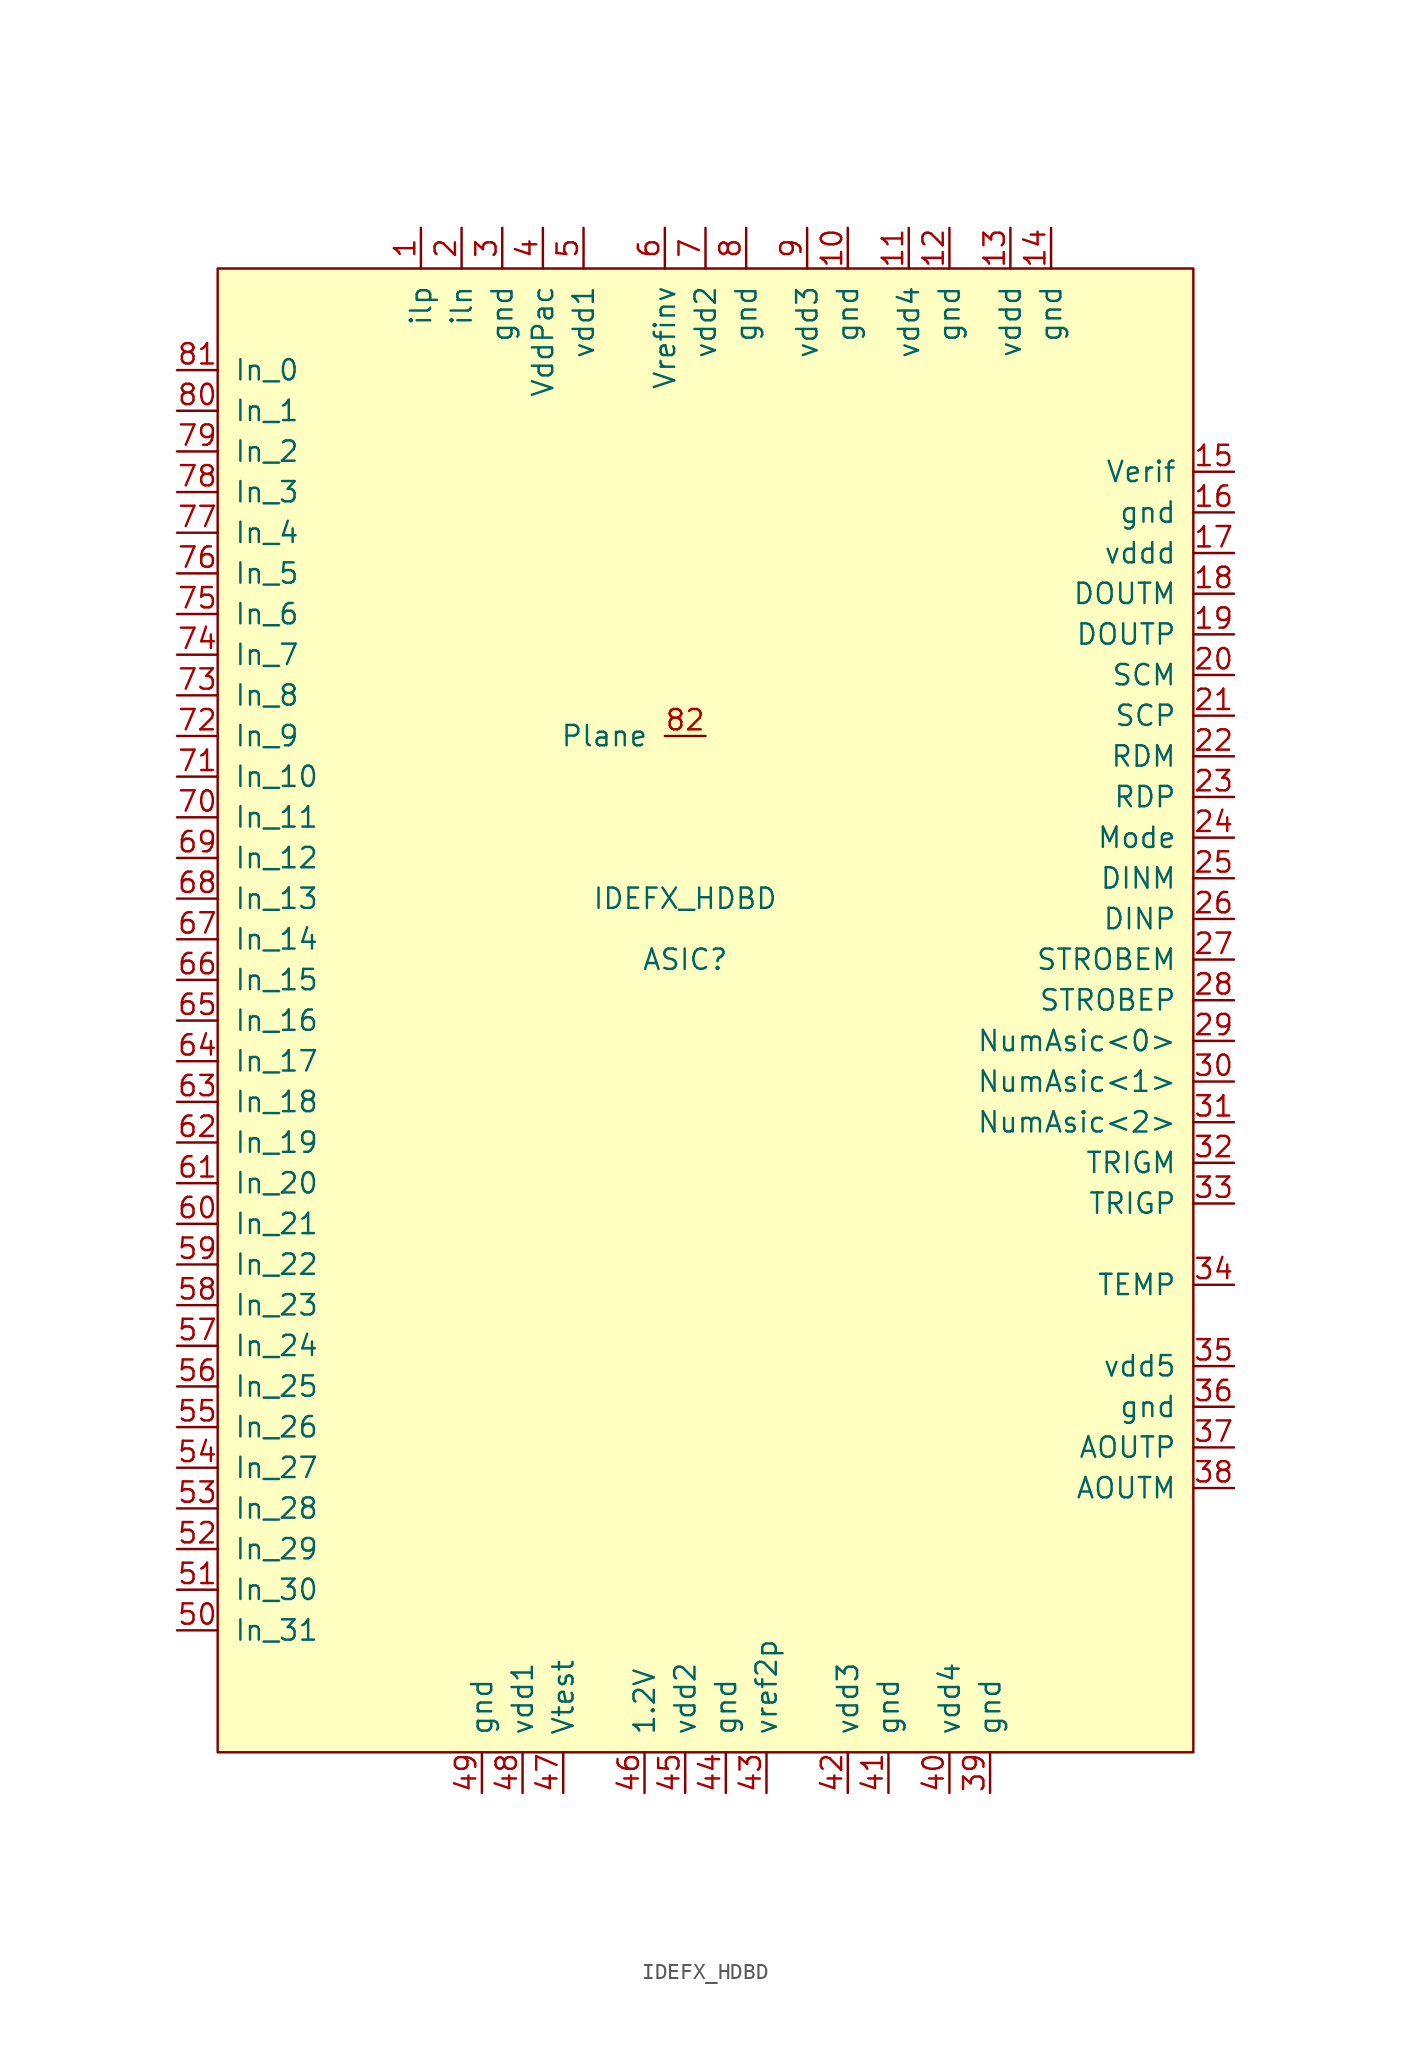
<source format=kicad_sym>
(kicad_symbol_lib
  (version 20211014)
  (generator kicad_symbol_editor)
  (symbol "IDEFX_HDBD"
    (pin_names
      (offset 1.016))
    (property "Reference" "ASIC"
      (at 0 59.69 0)
      (effects (font (size 1.27 1.27))))
    (property "Value" "IDEFX_HDBD"
      (at 0 63.5 0)
      (effects (font (size 1.27 1.27))))
    (symbol "IDEFX_HDBD_0_1"
      (rectangle (start -29.21 102.87) (end 31.75 10.16) (stroke (width 0) (type default) (color 0 0 0 0)) (fill (type background))))
    (symbol "IDEFX_HDBD_1_1"
      (pin bidirectional line (at -16.51 105.41 270) (length 2.54) (name "ilp" (effects (font (size 1.27 1.27)))) (number "1" (effects (font (size 1.27 1.27)))))
      (pin power_in line (at 10.16 105.41 270) (length 2.54) (name "gnd" (effects (font (size 1.27 1.27)))) (number "10" (effects (font (size 1.27 1.27)))))
      (pin power_in line (at 13.97 105.41 270) (length 2.54) (name "vdd4" (effects (font (size 1.27 1.27)))) (number "11" (effects (font (size 1.27 1.27)))))
      (pin power_in line (at 16.51 105.41 270) (length 2.54) (name "gnd" (effects (font (size 1.27 1.27)))) (number "12" (effects (font (size 1.27 1.27)))))
      (pin power_in line (at 20.32 105.41 270) (length 2.54) (name "vddd" (effects (font (size 1.27 1.27)))) (number "13" (effects (font (size 1.27 1.27)))))
      (pin power_in line (at 22.86 105.41 270) (length 2.54) (name "gnd" (effects (font (size 1.27 1.27)))) (number "14" (effects (font (size 1.27 1.27)))))
      (pin tri_state line (at 34.29 90.17 180) (length 2.54) (name "Verif" (effects (font (size 1.27 1.27)))) (number "15" (effects (font (size 1.27 1.27)))))
      (pin power_in line (at 34.29 87.63 180) (length 2.54) (name "gnd" (effects (font (size 1.27 1.27)))) (number "16" (effects (font (size 1.27 1.27)))))
      (pin power_in line (at 34.29 85.09 180) (length 2.54) (name "vddd" (effects (font (size 1.27 1.27)))) (number "17" (effects (font (size 1.27 1.27)))))
      (pin bidirectional line (at 34.29 82.55 180) (length 2.54) (name "DOUTM" (effects (font (size 1.27 1.27)))) (number "18" (effects (font (size 1.27 1.27)))))
      (pin bidirectional line (at 34.29 80.01 180) (length 2.54) (name "DOUTP" (effects (font (size 1.27 1.27)))) (number "19" (effects (font (size 1.27 1.27)))))
      (pin bidirectional line (at -13.97 105.41 270) (length 2.54) (name "iln" (effects (font (size 1.27 1.27)))) (number "2" (effects (font (size 1.27 1.27)))))
      (pin input line (at 34.29 77.47 180) (length 2.54) (name "SCM" (effects (font (size 1.27 1.27)))) (number "20" (effects (font (size 1.27 1.27)))))
      (pin input line (at 34.29 74.93 180) (length 2.54) (name "SCP" (effects (font (size 1.27 1.27)))) (number "21" (effects (font (size 1.27 1.27)))))
      (pin input line (at 34.29 72.39 180) (length 2.54) (name "RDM" (effects (font (size 1.27 1.27)))) (number "22" (effects (font (size 1.27 1.27)))))
      (pin input line (at 34.29 69.85 180) (length 2.54) (name "RDP" (effects (font (size 1.27 1.27)))) (number "23" (effects (font (size 1.27 1.27)))))
      (pin input line (at 34.29 67.31 180) (length 2.54) (name "Mode" (effects (font (size 1.27 1.27)))) (number "24" (effects (font (size 1.27 1.27)))))
      (pin input line (at 34.29 64.77 180) (length 2.54) (name "DINM" (effects (font (size 1.27 1.27)))) (number "25" (effects (font (size 1.27 1.27)))))
      (pin input line (at 34.29 62.23 180) (length 2.54) (name "DINP" (effects (font (size 1.27 1.27)))) (number "26" (effects (font (size 1.27 1.27)))))
      (pin input line (at 34.29 59.69 180) (length 2.54) (name "STROBEM" (effects (font (size 1.27 1.27)))) (number "27" (effects (font (size 1.27 1.27)))))
      (pin input line (at 34.29 57.15 180) (length 2.54) (name "STROBEP" (effects (font (size 1.27 1.27)))) (number "28" (effects (font (size 1.27 1.27)))))
      (pin input line (at 34.29 54.61 180) (length 2.54) (name "NumAsic<0>" (effects (font (size 1.27 1.27)))) (number "29" (effects (font (size 1.27 1.27)))))
      (pin power_in line (at -11.43 105.41 270) (length 2.54) (name "gnd" (effects (font (size 1.27 1.27)))) (number "3" (effects (font (size 1.27 1.27)))))
      (pin input line (at 34.29 52.07 180) (length 2.54) (name "NumAsic<1>" (effects (font (size 1.27 1.27)))) (number "30" (effects (font (size 1.27 1.27)))))
      (pin input line (at 34.29 49.53 180) (length 2.54) (name "NumAsic<2>" (effects (font (size 1.27 1.27)))) (number "31" (effects (font (size 1.27 1.27)))))
      (pin bidirectional line (at 34.29 46.99 180) (length 2.54) (name "TRIGM" (effects (font (size 1.27 1.27)))) (number "32" (effects (font (size 1.27 1.27)))))
      (pin bidirectional line (at 34.29 44.45 180) (length 2.54) (name "TRIGP" (effects (font (size 1.27 1.27)))) (number "33" (effects (font (size 1.27 1.27)))))
      (pin output line (at 34.29 39.37 180) (length 2.54) (name "TEMP" (effects (font (size 1.27 1.27)))) (number "34" (effects (font (size 1.27 1.27)))))
      (pin power_in line (at 34.29 34.29 180) (length 2.54) (name "vdd5" (effects (font (size 1.27 1.27)))) (number "35" (effects (font (size 1.27 1.27)))))
      (pin power_in line (at 34.29 31.75 180) (length 2.54) (name "gnd" (effects (font (size 1.27 1.27)))) (number "36" (effects (font (size 1.27 1.27)))))
      (pin output line (at 34.29 29.21 180) (length 2.54) (name "AOUTP" (effects (font (size 1.27 1.27)))) (number "37" (effects (font (size 1.27 1.27)))))
      (pin output line (at 34.29 26.67 180) (length 2.54) (name "AOUTM" (effects (font (size 1.27 1.27)))) (number "38" (effects (font (size 1.27 1.27)))))
      (pin power_in line (at 19.05 7.62 90) (length 2.54) (name "gnd" (effects (font (size 1.27 1.27)))) (number "39" (effects (font (size 1.27 1.27)))))
      (pin power_in line (at -8.89 105.41 270) (length 2.54) (name "VddPac" (effects (font (size 1.27 1.27)))) (number "4" (effects (font (size 1.27 1.27)))))
      (pin power_in line (at 16.51 7.62 90) (length 2.54) (name "vdd4" (effects (font (size 1.27 1.27)))) (number "40" (effects (font (size 1.27 1.27)))))
      (pin power_in line (at 12.7 7.62 90) (length 2.54) (name "gnd" (effects (font (size 1.27 1.27)))) (number "41" (effects (font (size 1.27 1.27)))))
      (pin power_in line (at 10.16 7.62 90) (length 2.54) (name "vdd3" (effects (font (size 1.27 1.27)))) (number "42" (effects (font (size 1.27 1.27)))))
      (pin bidirectional line (at 5.08 7.62 90) (length 2.54) (name "vref2p" (effects (font (size 1.27 1.27)))) (number "43" (effects (font (size 1.27 1.27)))))
      (pin power_in line (at 2.54 7.62 90) (length 2.54) (name "gnd" (effects (font (size 1.27 1.27)))) (number "44" (effects (font (size 1.27 1.27)))))
      (pin power_in line (at 0 7.62 90) (length 2.54) (name "vdd2" (effects (font (size 1.27 1.27)))) (number "45" (effects (font (size 1.27 1.27)))))
      (pin bidirectional line (at -2.54 7.62 90) (length 2.54) (name "1.2V" (effects (font (size 1.27 1.27)))) (number "46" (effects (font (size 1.27 1.27)))))
      (pin input line (at -7.62 7.62 90) (length 2.54) (name "Vtest" (effects (font (size 1.27 1.27)))) (number "47" (effects (font (size 1.27 1.27)))))
      (pin power_in line (at -10.16 7.62 90) (length 2.54) (name "vdd1" (effects (font (size 1.27 1.27)))) (number "48" (effects (font (size 1.27 1.27)))))
      (pin power_in line (at -12.7 7.62 90) (length 2.54) (name "gnd" (effects (font (size 1.27 1.27)))) (number "49" (effects (font (size 1.27 1.27)))))
      (pin power_in line (at -6.35 105.41 270) (length 2.54) (name "vdd1" (effects (font (size 1.27 1.27)))) (number "5" (effects (font (size 1.27 1.27)))))
      (pin input line (at -31.75 17.78 0) (length 2.54) (name "In_31" (effects (font (size 1.27 1.27)))) (number "50" (effects (font (size 1.27 1.27)))))
      (pin input line (at -31.75 20.32 0) (length 2.54) (name "In_30" (effects (font (size 1.27 1.27)))) (number "51" (effects (font (size 1.27 1.27)))))
      (pin input line (at -31.75 22.86 0) (length 2.54) (name "In_29" (effects (font (size 1.27 1.27)))) (number "52" (effects (font (size 1.27 1.27)))))
      (pin input line (at -31.75 25.4 0) (length 2.54) (name "In_28" (effects (font (size 1.27 1.27)))) (number "53" (effects (font (size 1.27 1.27)))))
      (pin input line (at -31.75 27.94 0) (length 2.54) (name "In_27" (effects (font (size 1.27 1.27)))) (number "54" (effects (font (size 1.27 1.27)))))
      (pin input line (at -31.75 30.48 0) (length 2.54) (name "In_26" (effects (font (size 1.27 1.27)))) (number "55" (effects (font (size 1.27 1.27)))))
      (pin input line (at -31.75 33.02 0) (length 2.54) (name "In_25" (effects (font (size 1.27 1.27)))) (number "56" (effects (font (size 1.27 1.27)))))
      (pin input line (at -31.75 35.56 0) (length 2.54) (name "In_24" (effects (font (size 1.27 1.27)))) (number "57" (effects (font (size 1.27 1.27)))))
      (pin input line (at -31.75 38.1 0) (length 2.54) (name "In_23" (effects (font (size 1.27 1.27)))) (number "58" (effects (font (size 1.27 1.27)))))
      (pin input line (at -31.75 40.64 0) (length 2.54) (name "In_22" (effects (font (size 1.27 1.27)))) (number "59" (effects (font (size 1.27 1.27)))))
      (pin bidirectional line (at -1.27 105.41 270) (length 2.54) (name "Vrefinv" (effects (font (size 1.27 1.27)))) (number "6" (effects (font (size 1.27 1.27)))))
      (pin input line (at -31.75 43.18 0) (length 2.54) (name "In_21" (effects (font (size 1.27 1.27)))) (number "60" (effects (font (size 1.27 1.27)))))
      (pin input line (at -31.75 45.72 0) (length 2.54) (name "In_20" (effects (font (size 1.27 1.27)))) (number "61" (effects (font (size 1.27 1.27)))))
      (pin input line (at -31.75 48.26 0) (length 2.54) (name "In_19" (effects (font (size 1.27 1.27)))) (number "62" (effects (font (size 1.27 1.27)))))
      (pin input line (at -31.75 50.8 0) (length 2.54) (name "In_18" (effects (font (size 1.27 1.27)))) (number "63" (effects (font (size 1.27 1.27)))))
      (pin input line (at -31.75 53.34 0) (length 2.54) (name "In_17" (effects (font (size 1.27 1.27)))) (number "64" (effects (font (size 1.27 1.27)))))
      (pin input line (at -31.75 55.88 0) (length 2.54) (name "In_16" (effects (font (size 1.27 1.27)))) (number "65" (effects (font (size 1.27 1.27)))))
      (pin input line (at -31.75 58.42 0) (length 2.54) (name "In_15" (effects (font (size 1.27 1.27)))) (number "66" (effects (font (size 1.27 1.27)))))
      (pin input line (at -31.75 60.96 0) (length 2.54) (name "In_14" (effects (font (size 1.27 1.27)))) (number "67" (effects (font (size 1.27 1.27)))))
      (pin input line (at -31.75 63.5 0) (length 2.54) (name "In_13" (effects (font (size 1.27 1.27)))) (number "68" (effects (font (size 1.27 1.27)))))
      (pin input line (at -31.75 66.04 0) (length 2.54) (name "In_12" (effects (font (size 1.27 1.27)))) (number "69" (effects (font (size 1.27 1.27)))))
      (pin power_in line (at 1.27 105.41 270) (length 2.54) (name "vdd2" (effects (font (size 1.27 1.27)))) (number "7" (effects (font (size 1.27 1.27)))))
      (pin input line (at -31.75 68.58 0) (length 2.54) (name "In_11" (effects (font (size 1.27 1.27)))) (number "70" (effects (font (size 1.27 1.27)))))
      (pin input line (at -31.75 71.12 0) (length 2.54) (name "In_10" (effects (font (size 1.27 1.27)))) (number "71" (effects (font (size 1.27 1.27)))))
      (pin input line (at -31.75 73.66 0) (length 2.54) (name "In_9" (effects (font (size 1.27 1.27)))) (number "72" (effects (font (size 1.27 1.27)))))
      (pin input line (at -31.75 76.2 0) (length 2.54) (name "In_8" (effects (font (size 1.27 1.27)))) (number "73" (effects (font (size 1.27 1.27)))))
      (pin input line (at -31.75 78.74 0) (length 2.54) (name "In_7" (effects (font (size 1.27 1.27)))) (number "74" (effects (font (size 1.27 1.27)))))
      (pin input line (at -31.75 81.28 0) (length 2.54) (name "In_6" (effects (font (size 1.27 1.27)))) (number "75" (effects (font (size 1.27 1.27)))))
      (pin input line (at -31.75 83.82 0) (length 2.54) (name "In_5" (effects (font (size 1.27 1.27)))) (number "76" (effects (font (size 1.27 1.27)))))
      (pin input line (at -31.75 86.36 0) (length 2.54) (name "In_4" (effects (font (size 1.27 1.27)))) (number "77" (effects (font (size 1.27 1.27)))))
      (pin input line (at -31.75 88.9 0) (length 2.54) (name "In_3" (effects (font (size 1.27 1.27)))) (number "78" (effects (font (size 1.27 1.27)))))
      (pin input line (at -31.75 91.44 0) (length 2.54) (name "In_2" (effects (font (size 1.27 1.27)))) (number "79" (effects (font (size 1.27 1.27)))))
      (pin power_in line (at 3.81 105.41 270) (length 2.54) (name "gnd" (effects (font (size 1.27 1.27)))) (number "8" (effects (font (size 1.27 1.27)))))
      (pin input line (at -31.75 93.98 0) (length 2.54) (name "In_1" (effects (font (size 1.27 1.27)))) (number "80" (effects (font (size 1.27 1.27)))))
      (pin input line (at -31.75 96.52 0) (length 2.54) (name "In_0" (effects (font (size 1.27 1.27)))) (number "81" (effects (font (size 1.27 1.27)))))
      (pin input line (at 1.27 73.66 180) (length 2.54) (name "Plane" (effects (font (size 1.27 1.27)))) (number "82" (effects (font (size 1.27 1.27)))))
      (pin power_in line (at 7.62 105.41 270) (length 2.54) (name "vdd3" (effects (font (size 1.27 1.27)))) (number "9" (effects (font (size 1.27 1.27))))))))
</source>
